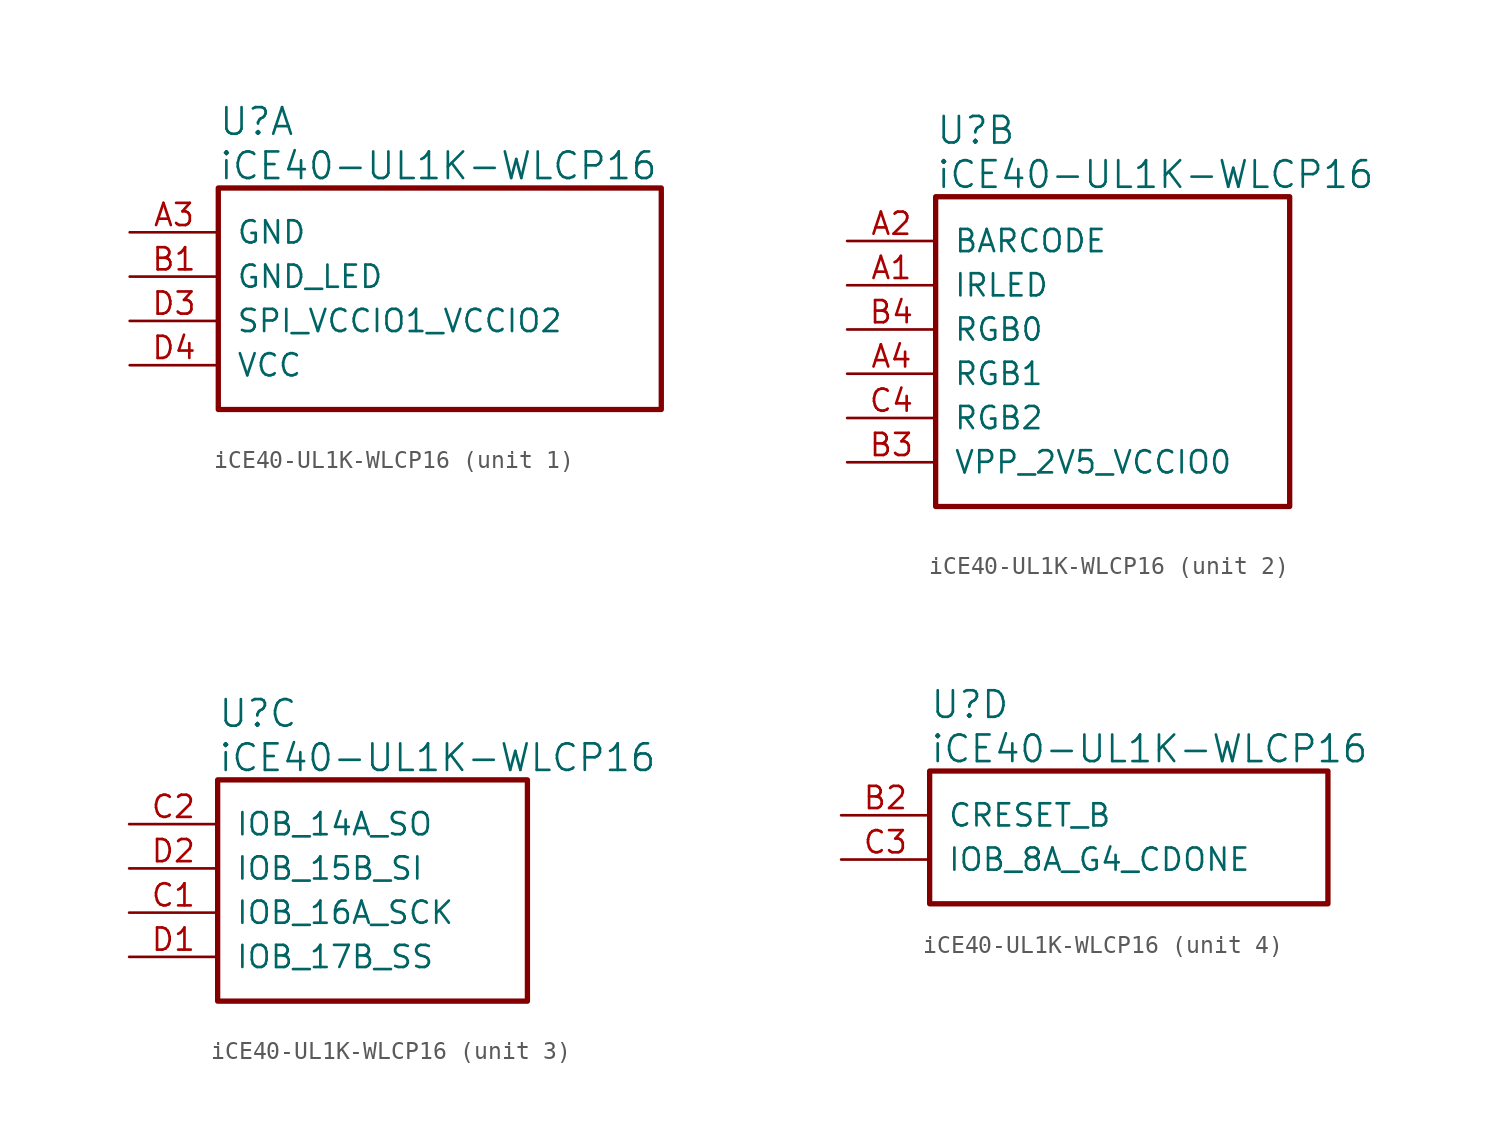
<source format=kicad_sym>
(kicad_symbol_lib
  (version 20241209)
  (generator "kicad_symbol_editor")
  (generator_version "9.0")
  (symbol "iCE40-UL1K-WLCP16"
    (pin_names
      (offset 1.016))
    (property "Reference" "U"
      (at 5.08 6.35 0)
      (effects (font (size 1.524 1.524)) (justify left)))
    (property "Value" "iCE40-UL1K-WLCP16"
      (at 5.08 3.81 0)
      (effects (font (size 1.524 1.524)) (justify left)))
    (property "ki_locked" ""
      (at 0 0 0)
      (effects (font (size 1.27 1.27))))
    (symbol "iCE40-UL1K-WLCP16_1_1"
      (rectangle (start 5.08 2.54) (end 30.48 -10.16) (stroke (width 0.305) (type solid)) (fill (type none)))
      (pin power_in line (at 0 0 0) (length 5.08) (name "GND" (effects (font (size 1.27 1.27)))) (number "A3" (effects (font (size 1.27 1.27)))))
      (pin power_in line (at 0 -2.54 0) (length 5.08) (name "GND_LED" (effects (font (size 1.27 1.27)))) (number "B1" (effects (font (size 1.27 1.27)))))
      (pin power_in line (at 0 -5.08 0) (length 5.08) (name "SPI_VCCIO1_VCCIO2" (effects (font (size 1.27 1.27)))) (number "D3" (effects (font (size 1.27 1.27)))))
      (pin power_in line (at 0 -7.62 0) (length 5.08) (name "VCC" (effects (font (size 1.27 1.27)))) (number "D4" (effects (font (size 1.27 1.27))))))
    (symbol "iCE40-UL1K-WLCP16_2_1"
      (rectangle (start 5.08 2.54) (end 25.4 -15.24) (stroke (width 0.305) (type solid)) (fill (type none)))
      (pin bidirectional line (at 0 0 0) (length 5.08) (name "BARCODE" (effects (font (size 1.27 1.27)))) (number "A2" (effects (font (size 1.27 1.27)))))
      (pin bidirectional line (at 0 -2.54 0) (length 5.08) (name "IRLED" (effects (font (size 1.27 1.27)))) (number "A1" (effects (font (size 1.27 1.27)))))
      (pin bidirectional line (at 0 -5.08 0) (length 5.08) (name "RGB0" (effects (font (size 1.27 1.27)))) (number "B4" (effects (font (size 1.27 1.27)))))
      (pin bidirectional line (at 0 -7.62 0) (length 5.08) (name "RGB1" (effects (font (size 1.27 1.27)))) (number "A4" (effects (font (size 1.27 1.27)))))
      (pin bidirectional line (at 0 -10.16 0) (length 5.08) (name "RGB2" (effects (font (size 1.27 1.27)))) (number "C4" (effects (font (size 1.27 1.27)))))
      (pin power_in line (at 0 -12.7 0) (length 5.08) (name "VPP_2V5_VCCIO0" (effects (font (size 1.27 1.27)))) (number "B3" (effects (font (size 1.27 1.27))))))
    (symbol "iCE40-UL1K-WLCP16_3_1"
      (rectangle (start 5.08 2.54) (end 22.86 -10.16) (stroke (width 0.305) (type solid)) (fill (type none)))
      (pin bidirectional line (at 0 0 0) (length 5.08) (name "IOB_14A_SO" (effects (font (size 1.27 1.27)))) (number "C2" (effects (font (size 1.27 1.27)))))
      (pin bidirectional line (at 0 -2.54 0) (length 5.08) (name "IOB_15B_SI" (effects (font (size 1.27 1.27)))) (number "D2" (effects (font (size 1.27 1.27)))))
      (pin bidirectional line (at 0 -5.08 0) (length 5.08) (name "IOB_16A_SCK" (effects (font (size 1.27 1.27)))) (number "C1" (effects (font (size 1.27 1.27)))))
      (pin bidirectional line (at 0 -7.62 0) (length 5.08) (name "IOB_17B_SS" (effects (font (size 1.27 1.27)))) (number "D1" (effects (font (size 1.27 1.27))))))
    (symbol "iCE40-UL1K-WLCP16_4_1"
      (rectangle (start 5.08 2.54) (end 27.94 -5.08) (stroke (width 0.305) (type solid)) (fill (type none)))
      (pin input line (at 0 0 0) (length 5.08) (name "CRESET_B" (effects (font (size 1.27 1.27)))) (number "B2" (effects (font (size 1.27 1.27)))))
      (pin bidirectional line (at 0 -2.54 0) (length 5.08) (name "IOB_8A_G4_CDONE" (effects (font (size 1.27 1.27)))) (number "C3" (effects (font (size 1.27 1.27))))))))
</source>
